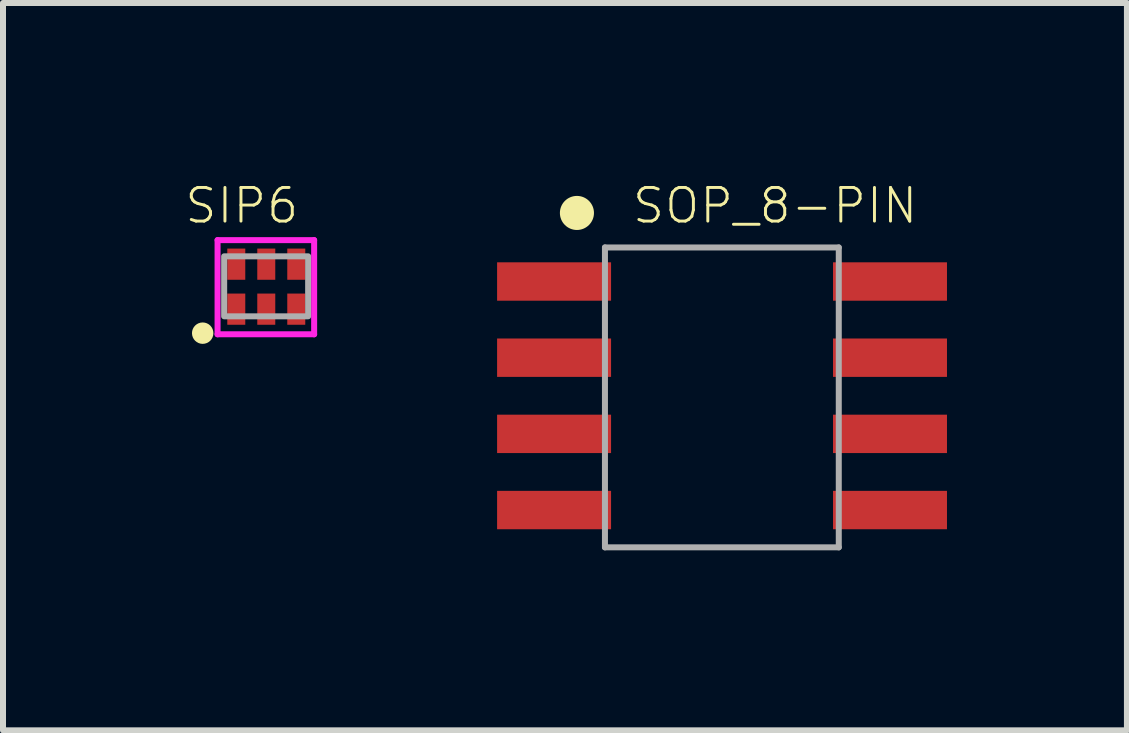
<source format=kicad_pcb>
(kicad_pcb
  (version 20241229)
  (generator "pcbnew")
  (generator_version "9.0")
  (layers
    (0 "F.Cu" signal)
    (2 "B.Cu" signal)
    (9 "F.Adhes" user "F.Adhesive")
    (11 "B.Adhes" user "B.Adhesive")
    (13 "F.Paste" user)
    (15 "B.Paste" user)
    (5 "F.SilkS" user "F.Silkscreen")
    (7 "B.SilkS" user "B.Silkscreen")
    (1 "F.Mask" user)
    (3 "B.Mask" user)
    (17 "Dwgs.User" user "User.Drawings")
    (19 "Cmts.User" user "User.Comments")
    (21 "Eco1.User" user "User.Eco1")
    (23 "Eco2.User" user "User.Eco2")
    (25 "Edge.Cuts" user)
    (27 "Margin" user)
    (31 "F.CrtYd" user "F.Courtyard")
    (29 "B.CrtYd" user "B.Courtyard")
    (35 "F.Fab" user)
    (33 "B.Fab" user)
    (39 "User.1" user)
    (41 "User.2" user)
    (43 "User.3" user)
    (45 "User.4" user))
  (footprint "SIP6"
    (layer "F.Cu")
    (at 1.397 1.723)
    (property "Reference" "SIP6" (at -1.397 -1.016 0) (layer "F.SilkS") (effects (font (size 0.561 0.561) (thickness 0.049)) (justify left bottom)))
    (fp_poly (pts (xy -0.708 -0.039) (xy -0.308 -0.039) (xy -0.308 -0.659) (xy -0.708 -0.659)) (stroke (width 0) (type default)) (fill yes) (layer "F.Mask"))
    (fp_poly (pts (xy -0.708 0.681) (xy -0.308 0.681) (xy -0.308 0.061) (xy -0.708 0.061)) (stroke (width 0) (type default)) (fill yes) (layer "F.Mask"))
    (fp_poly (pts (xy -0.208 -0.039) (xy 0.192 -0.039) (xy 0.192 -0.659) (xy -0.208 -0.659)) (stroke (width 0) (type default)) (fill yes) (layer "F.Mask"))
    (fp_poly (pts (xy -0.208 0.681) (xy 0.192 0.681) (xy 0.192 0.061) (xy -0.208 0.061)) (stroke (width 0) (type default)) (fill yes) (layer "F.Mask"))
    (fp_poly (pts (xy 0.292 -0.039) (xy 0.692 -0.039) (xy 0.692 -0.659) (xy 0.292 -0.659)) (stroke (width 0) (type default)) (fill yes) (layer "F.Mask"))
    (fp_poly (pts (xy 0.292 0.681) (xy 0.692 0.681) (xy 0.692 0.061) (xy 0.292 0.061)) (stroke (width 0) (type default)) (fill yes) (layer "F.Mask"))
    (fp_circle (center -1.068 0.781) (end -0.979 0.781) (stroke (width 0.179) (type solid)) (fill yes) (layer "F.SilkS"))
    (fp_poly (pts (xy -0.628 -0.159) (xy -0.388 -0.159) (xy -0.388 -0.599) (xy -0.628 -0.599)) (stroke (width 0) (type default)) (fill yes) (layer "F.Paste"))
    (fp_poly (pts (xy -0.628 0.601) (xy -0.388 0.601) (xy -0.388 0.161) (xy -0.628 0.161)) (stroke (width 0) (type default)) (fill yes) (layer "F.Paste"))
    (fp_poly (pts (xy -0.128 -0.159) (xy 0.112 -0.159) (xy 0.112 -0.599) (xy -0.128 -0.599)) (stroke (width 0) (type default)) (fill yes) (layer "F.Paste"))
    (fp_poly (pts (xy -0.128 0.601) (xy 0.112 0.601) (xy 0.112 0.161) (xy -0.128 0.161)) (stroke (width 0) (type default)) (fill yes) (layer "F.Paste"))
    (fp_poly (pts (xy 0.372 -0.159) (xy 0.612 -0.159) (xy 0.612 -0.599) (xy 0.372 -0.599)) (stroke (width 0) (type default)) (fill yes) (layer "F.Paste"))
    (fp_poly (pts (xy 0.372 0.601) (xy 0.612 0.601) (xy 0.612 0.161) (xy 0.372 0.161)) (stroke (width 0) (type default)) (fill yes) (layer "F.Paste"))
    (fp_line (start -0.82 -0.77) (end -0.82 0.8) (stroke (width 0.1) (type solid)) (layer "F.CrtYd"))
    (fp_line (start -0.82 0.8) (end 0.79 0.8) (stroke (width 0.1) (type solid)) (layer "F.CrtYd"))
    (fp_line (start 0.79 -0.77) (end -0.82 -0.77) (stroke (width 0.1) (type solid)) (layer "F.CrtYd"))
    (fp_line (start 0.79 0.8) (end 0.79 -0.77) (stroke (width 0.1) (type solid)) (layer "F.CrtYd"))
    (fp_poly (pts (xy -0.71 0.5) (xy 0.69 0.5) (xy 0.69 -0.5) (xy -0.71 -0.5)) (stroke (width 0.1) (type default)) (fill no) (layer "F.Fab"))
    (pad "P1" smd rect (at -0.508 0.381 180) (size 0.3 0.52) (layers "F.Cu"))
    (pad "P2" smd rect (at -0.008 0.381 180) (size 0.3 0.52) (layers "F.Cu"))
    (pad "P3" smd rect (at 0.492 0.381 180) (size 0.3 0.52) (layers "F.Cu"))
    (pad "P4" smd rect (at 0.492 -0.369 180) (size 0.3 0.52) (layers "F.Cu"))
    (pad "P5" smd rect (at -0.008 -0.369 180) (size 0.3 0.52) (layers "F.Cu"))
    (pad "P6" smd rect (at -0.508 -0.369 180) (size 0.3 0.52) (layers "F.Cu")))
  (footprint "SOP_8-PIN"
    (layer "F.Cu")
    (at 9.108 3.675)
    (property "Reference" "SOP_8-PIN" (at -1.646 -2.968 0) (layer "F.SilkS") (effects (font (size 0.561 0.561) (thickness 0.049)) (justify left bottom)))
    (fp_circle (center -2.54 -3.175) (end -2.398 -3.175) (stroke (width 0.284) (type solid)) (fill yes) (layer "F.SilkS"))
    (fp_line (start -2.073 -2.6) (end -2.073 2.4) (stroke (width 0.1) (type solid)) (layer "F.Fab"))
    (fp_line (start -2.073 2.4) (end 1.825 2.4) (stroke (width 0.1) (type solid)) (layer "F.Fab"))
    (fp_line (start 1.825 -2.6) (end -2.073 -2.6) (stroke (width 0.1) (type solid)) (layer "F.Fab"))
    (fp_line (start 1.825 2.4) (end 1.825 -2.6) (stroke (width 0.1) (type solid)) (layer "F.Fab"))
    (pad "P1" smd rect (at -2.921 -2.032) (size 1.9 0.64) (layers "F.Cu" "F.Mask" "F.Paste"))
    (pad "P2" smd rect (at -2.921 -0.762) (size 1.9 0.64) (layers "F.Cu" "F.Mask" "F.Paste"))
    (pad "P3" smd rect (at -2.921 0.508) (size 1.9 0.64) (layers "F.Cu" "F.Mask" "F.Paste"))
    (pad "P4" smd rect (at -2.921 1.778) (size 1.9 0.64) (layers "F.Cu" "F.Mask" "F.Paste"))
    (pad "P5" smd rect (at 2.679 1.778) (size 1.9 0.64) (layers "F.Cu" "F.Mask" "F.Paste"))
    (pad "P6" smd rect (at 2.679 0.508) (size 1.9 0.64) (layers "F.Cu" "F.Mask" "F.Paste"))
    (pad "P7" smd rect (at 2.679 -0.762) (size 1.9 0.64) (layers "F.Cu" "F.Mask" "F.Paste"))
    (pad "P8" smd rect (at 2.679 -2.032) (size 1.9 0.64) (layers "F.Cu" "F.Mask" "F.Paste")))
  (gr_rect
    (start -3 -3)
    (end 15.737 9.125)
    (stroke (width 0.1) (type default))
    (fill no)
    (layer "Edge.Cuts")))
</source>
